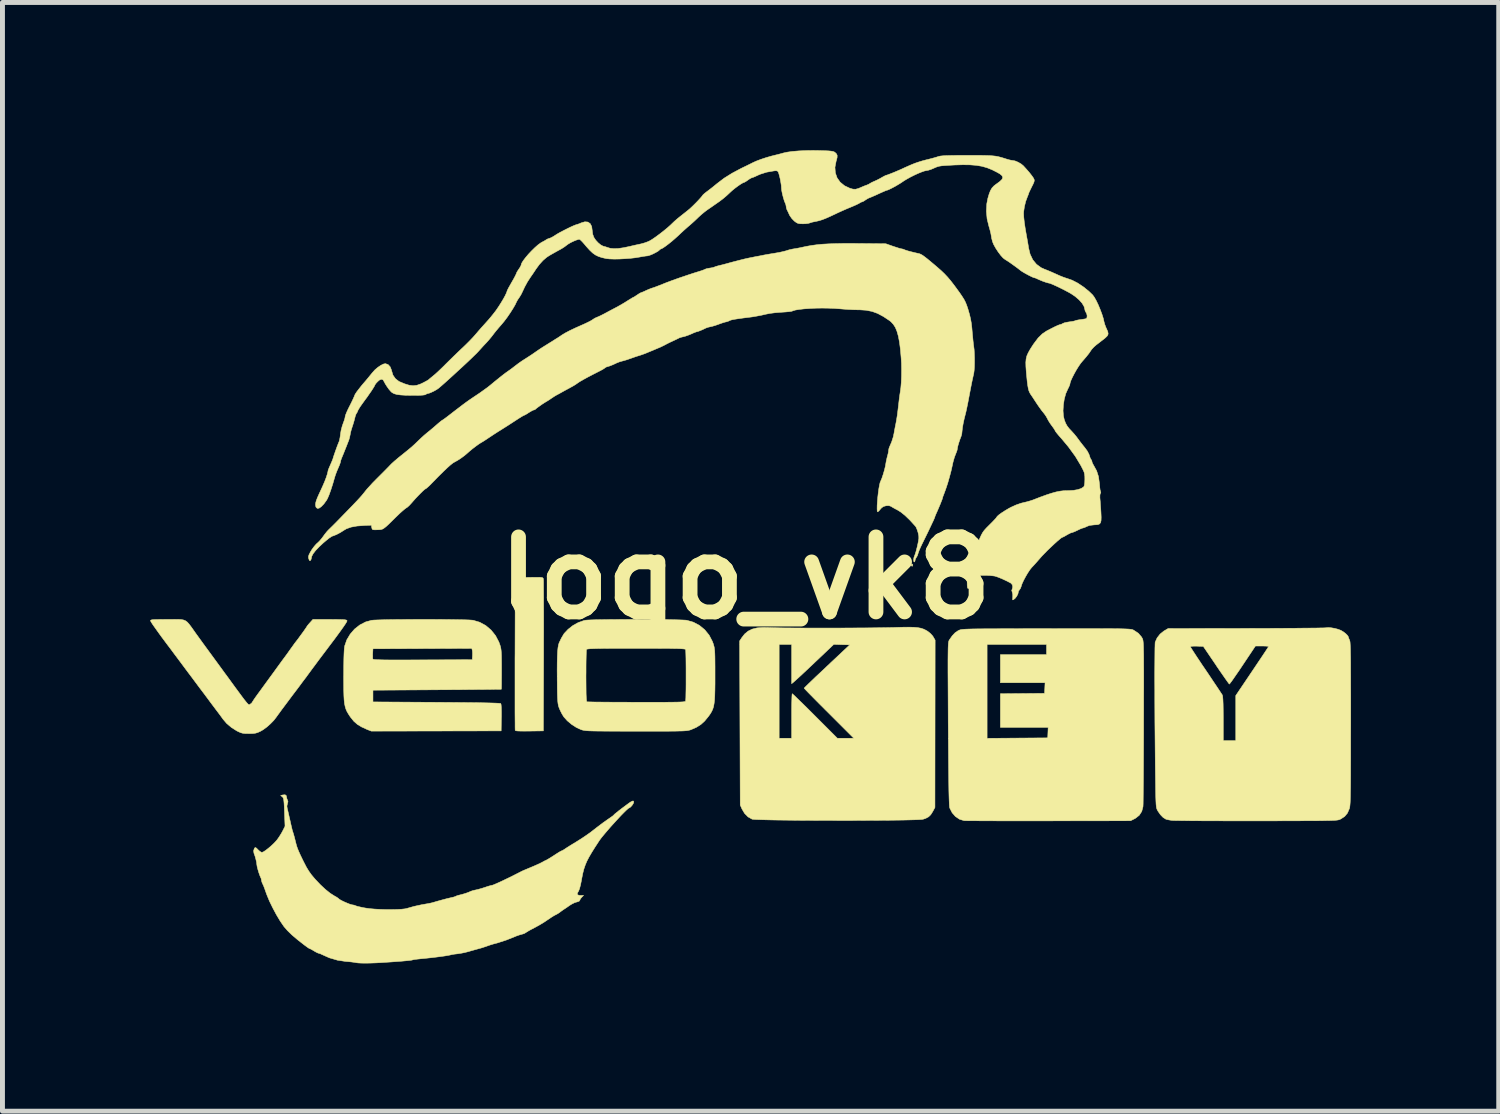
<source format=kicad_pcb>
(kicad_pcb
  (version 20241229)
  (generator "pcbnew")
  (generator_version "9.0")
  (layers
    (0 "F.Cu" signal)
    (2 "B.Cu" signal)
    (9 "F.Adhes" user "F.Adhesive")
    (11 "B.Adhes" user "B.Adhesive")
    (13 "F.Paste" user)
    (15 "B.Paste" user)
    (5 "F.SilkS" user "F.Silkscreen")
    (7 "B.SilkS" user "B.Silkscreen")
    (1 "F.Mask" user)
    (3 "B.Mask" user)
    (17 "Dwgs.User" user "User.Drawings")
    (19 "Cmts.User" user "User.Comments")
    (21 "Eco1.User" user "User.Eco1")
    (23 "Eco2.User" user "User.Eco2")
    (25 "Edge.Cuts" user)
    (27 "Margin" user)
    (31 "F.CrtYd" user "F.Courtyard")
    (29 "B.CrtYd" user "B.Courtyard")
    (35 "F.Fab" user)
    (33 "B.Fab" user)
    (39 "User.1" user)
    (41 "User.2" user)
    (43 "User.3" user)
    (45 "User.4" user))
  (footprint "logo_vk8"
    (layer "F.Cu")
    (at 12.086 8.685)
    (property "Reference" "logo_vk8" (at 0 0 0) (layer "F.SilkS") (effects (font (size 1.524 1.524) (thickness 0.3))))
    (attr through_hole)
    (fp_poly (pts (xy 3.395 -0.273) (xy 3.397 -0.262) (xy 3.389 -0.241) (xy 3.381 -0.238) (xy 3.367 -0.251) (xy 3.365 -0.262) (xy 3.374 -0.283) (xy 3.381 -0.286) (xy 3.395 -0.273)) (stroke (width 0.01) (type solid)) (fill yes) (layer "F.SilkS"))
    (fp_poly (pts (xy -4.169 -0.013) (xy -4.137 -0.01) (xy -4.118 -0.005) (xy -4.109 0.004) (xy -4.105 0.015) (xy -4.104 0.019) (xy -4.102 0.04) (xy -4.101 0.09) (xy -4.101 0.168) (xy -4.1 0.271) (xy -4.099 0.396) (xy -4.099 0.542) (xy -4.098 0.706) (xy -4.098 0.886) (xy -4.098 1.081) (xy -4.099 1.286) (xy -4.099 1.502) (xy -4.099 1.58) (xy -4.104 3.104) (xy -4.386 3.108) (xy -4.493 3.109) (xy -4.571 3.108) (xy -4.626 3.106) (xy -4.658 3.102) (xy -4.674 3.095) (xy -4.676 3.092) (xy -4.677 3.074) (xy -4.678 3.026) (xy -4.678 2.95) (xy -4.679 2.85) (xy -4.68 2.726) (xy -4.68 2.582) (xy -4.68 2.419) (xy -4.68 2.24) (xy -4.68 2.047) (xy -4.68 1.841) (xy -4.68 1.626) (xy -4.679 1.532) (xy -4.675 -0.008) (xy -4.394 -0.012) (xy -4.293 -0.014) (xy -4.22 -0.014) (xy -4.169 -0.013)) (stroke (width 0.01) (type solid)) (fill yes) (layer "F.SilkS"))
    (fp_poly (pts (xy -6.363 0.841) (xy -6.206 0.842) (xy -6.056 0.843) (xy -5.918 0.845) (xy -5.795 0.847) (xy -5.691 0.849) (xy -5.609 0.852) (xy -5.553 0.856) (xy -5.531 0.858) (xy -5.397 0.898) (xy -5.274 0.965) (xy -5.166 1.057) (xy -5.075 1.17) (xy -5.007 1.3) (xy -4.987 1.355) (xy -4.976 1.39) (xy -4.968 1.425) (xy -4.962 1.464) (xy -4.958 1.513) (xy -4.955 1.575) (xy -4.954 1.656) (xy -4.953 1.761) (xy -4.953 1.857) (xy -4.953 1.966) (xy -4.954 2.063) (xy -4.954 2.146) (xy -4.955 2.208) (xy -4.956 2.247) (xy -4.957 2.258) (xy -4.973 2.259) (xy -5.019 2.259) (xy -5.091 2.26) (xy -5.188 2.262) (xy -5.308 2.263) (xy -5.447 2.264) (xy -5.604 2.265) (xy -5.777 2.267) (xy -5.962 2.268) (xy -6.158 2.269) (xy -6.263 2.27) (xy -7.564 2.278) (xy -7.564 2.516) (xy -6.275 2.524) (xy -6.012 2.526) (xy -5.78 2.528) (xy -5.578 2.53) (xy -5.406 2.532) (xy -5.264 2.535) (xy -5.15 2.538) (xy -5.064 2.541) (xy -5.006 2.544) (xy -4.975 2.547) (xy -4.969 2.549) (xy -4.962 2.573) (xy -4.958 2.628) (xy -4.956 2.712) (xy -4.956 2.826) (xy -4.957 2.835) (xy -4.961 3.104) (xy -7.596 3.109) (xy -7.684 3.075) (xy -7.793 3.025) (xy -7.879 2.973) (xy -7.951 2.91) (xy -8.016 2.83) (xy -8.04 2.796) (xy -8.07 2.748) (xy -8.095 2.704) (xy -8.114 2.659) (xy -8.129 2.608) (xy -8.141 2.55) (xy -8.149 2.478) (xy -8.154 2.391) (xy -8.157 2.284) (xy -8.158 2.153) (xy -8.159 1.994) (xy -8.158 1.976) (xy -8.157 1.795) (xy -8.155 1.646) (xy -8.153 1.584) (xy -7.571 1.584) (xy -7.569 1.628) (xy -7.566 1.645) (xy -7.56 1.65) (xy -7.544 1.654) (xy -7.516 1.657) (xy -7.475 1.659) (xy -7.417 1.661) (xy -7.341 1.663) (xy -7.244 1.664) (xy -7.125 1.664) (xy -6.981 1.664) (xy -6.81 1.664) (xy -6.61 1.663) (xy -6.553 1.663) (xy -5.548 1.659) (xy -5.543 1.581) (xy -5.542 1.526) (xy -5.545 1.479) (xy -5.548 1.465) (xy -5.557 1.429) (xy -6.561 1.433) (xy -7.564 1.437) (xy -7.569 1.53) (xy -7.571 1.584) (xy -8.153 1.584) (xy -8.151 1.528) (xy -8.146 1.441) (xy -8.139 1.387) (xy -8.138 1.381) (xy -8.095 1.256) (xy -8.026 1.14) (xy -7.937 1.037) (xy -7.83 0.953) (xy -7.712 0.892) (xy -7.591 0.859) (xy -7.55 0.855) (xy -7.482 0.852) (xy -7.389 0.849) (xy -7.276 0.846) (xy -7.146 0.844) (xy -7.002 0.843) (xy -6.848 0.842) (xy -6.688 0.841) (xy -6.525 0.841) (xy -6.363 0.841)) (stroke (width 0.01) (type solid)) (fill yes) (layer "F.SilkS"))
    (fp_poly (pts (xy 3.422 1.001) (xy 3.499 1.008) (xy 3.562 1.02) (xy 3.616 1.038) (xy 3.665 1.062) (xy 3.7 1.083) (xy 3.756 1.128) (xy 3.801 1.178) (xy 3.814 1.199) (xy 3.85 1.262) (xy 3.846 4.659) (xy 3.801 4.743) (xy 3.761 4.806) (xy 3.717 4.849) (xy 3.659 4.88) (xy 3.606 4.898) (xy 3.577 4.902) (xy 3.519 4.906) (xy 3.435 4.909) (xy 3.326 4.912) (xy 3.197 4.915) (xy 3.049 4.917) (xy 2.884 4.919) (xy 2.707 4.92) (xy 2.518 4.921) (xy 2.321 4.922) (xy 2.118 4.923) (xy 1.913 4.923) (xy 1.706 4.922) (xy 1.502 4.922) (xy 1.303 4.921) (xy 1.11 4.92) (xy 0.928 4.918) (xy 0.758 4.916) (xy 0.602 4.914) (xy 0.465 4.911) (xy 0.348 4.908) (xy 0.253 4.905) (xy 0.184 4.902) (xy 0.143 4.898) (xy 0.133 4.896) (xy 0.051 4.85) (xy -0.019 4.779) (xy -0.071 4.691) (xy -0.107 4.61) (xy -0.113 2.944) (xy -0.119 1.349) (xy 0.683 1.349) (xy 0.683 3.254) (xy 0.937 3.254) (xy 0.937 2.802) (xy 0.937 2.686) (xy 0.938 2.581) (xy 0.94 2.491) (xy 0.942 2.419) (xy 0.945 2.371) (xy 0.948 2.35) (xy 0.949 2.349) (xy 0.962 2.36) (xy 0.996 2.391) (xy 1.046 2.44) (xy 1.112 2.504) (xy 1.191 2.581) (xy 1.28 2.669) (xy 1.376 2.765) (xy 1.413 2.802) (xy 1.865 3.254) (xy 2.199 3.254) (xy 1.695 2.75) (xy 1.591 2.646) (xy 1.494 2.549) (xy 1.406 2.46) (xy 1.331 2.384) (xy 1.269 2.321) (xy 1.224 2.274) (xy 1.197 2.245) (xy 1.191 2.237) (xy 1.202 2.224) (xy 1.234 2.192) (xy 1.284 2.143) (xy 1.35 2.08) (xy 1.429 2.004) (xy 1.52 1.919) (xy 1.619 1.826) (xy 1.654 1.792) (xy 2.117 1.357) (xy 1.955 1.353) (xy 1.792 1.348) (xy 1.419 1.702) (xy 1.326 1.79) (xy 1.238 1.873) (xy 1.158 1.948) (xy 1.09 2.011) (xy 1.036 2.06) (xy 1.001 2.092) (xy 0.991 2.101) (xy 0.937 2.146) (xy 0.937 1.349) (xy 0.683 1.349) (xy -0.119 1.349) (xy -0.119 1.278) (xy -0.077 1.214) (xy -0.017 1.137) (xy 0.053 1.079) (xy 0.136 1.038) (xy 0.235 1.013) (xy 0.356 1.004) (xy 0.5 1.007) (xy 0.557 1.009) (xy 0.642 1.011) (xy 0.752 1.013) (xy 0.883 1.014) (xy 1.033 1.015) (xy 1.198 1.016) (xy 1.374 1.016) (xy 1.557 1.016) (xy 1.746 1.016) (xy 1.936 1.016) (xy 2.123 1.015) (xy 2.305 1.014) (xy 2.478 1.013) (xy 2.639 1.011) (xy 2.784 1.009) (xy 2.909 1.007) (xy 3.012 1.005) (xy 3.064 1.003) (xy 3.209 0.999) (xy 3.327 0.998) (xy 3.422 1.001)) (stroke (width 0.01) (type solid)) (fill yes) (layer "F.SilkS"))
    (fp_poly (pts (xy 7.018 1.028) (xy 7.179 1.028) (xy 7.317 1.029) (xy 7.435 1.029) (xy 7.533 1.03) (xy 7.615 1.031) (xy 7.681 1.033) (xy 7.734 1.035) (xy 7.776 1.037) (xy 7.807 1.04) (xy 7.831 1.043) (xy 7.849 1.046) (xy 7.862 1.05) (xy 7.873 1.055) (xy 7.882 1.06) (xy 7.976 1.122) (xy 8.041 1.198) (xy 8.061 1.234) (xy 8.065 1.246) (xy 8.069 1.261) (xy 8.072 1.282) (xy 8.075 1.311) (xy 8.078 1.349) (xy 8.08 1.399) (xy 8.081 1.461) (xy 8.083 1.539) (xy 8.084 1.633) (xy 8.084 1.746) (xy 8.085 1.88) (xy 8.085 2.036) (xy 8.085 2.216) (xy 8.084 2.423) (xy 8.084 2.657) (xy 8.083 2.922) (xy 8.083 2.929) (xy 8.083 3.156) (xy 8.082 3.375) (xy 8.081 3.584) (xy 8.08 3.781) (xy 8.079 3.963) (xy 8.078 4.129) (xy 8.076 4.275) (xy 8.075 4.4) (xy 8.074 4.502) (xy 8.073 4.579) (xy 8.071 4.627) (xy 8.07 4.644) (xy 8.045 4.739) (xy 7.993 4.819) (xy 7.915 4.88) (xy 7.898 4.889) (xy 7.818 4.929) (xy 6.152 4.931) (xy 5.923 4.931) (xy 5.703 4.931) (xy 5.494 4.931) (xy 5.297 4.931) (xy 5.115 4.931) (xy 4.95 4.93) (xy 4.804 4.93) (xy 4.679 4.929) (xy 4.578 4.929) (xy 4.502 4.928) (xy 4.455 4.927) (xy 4.437 4.926) (xy 4.345 4.898) (xy 4.263 4.843) (xy 4.196 4.767) (xy 4.149 4.675) (xy 4.144 4.658) (xy 4.141 4.635) (xy 4.138 4.59) (xy 4.135 4.522) (xy 4.132 4.43) (xy 4.129 4.312) (xy 4.127 4.169) (xy 4.125 3.999) (xy 4.123 3.801) (xy 4.121 3.574) (xy 4.119 3.317) (xy 4.117 3.03) (xy 4.116 2.952) (xy 4.115 2.687) (xy 4.114 2.452) (xy 4.113 2.246) (xy 4.112 2.065) (xy 4.111 1.909) (xy 4.111 1.776) (xy 4.111 1.663) (xy 4.112 1.568) (xy 4.113 1.491) (xy 4.114 1.429) (xy 4.116 1.38) (xy 4.118 1.349) (xy 4.905 1.349) (xy 4.905 3.255) (xy 6.136 3.246) (xy 6.145 3.032) (xy 5.175 3.032) (xy 5.175 2.35) (xy 5.624 2.346) (xy 6.072 2.342) (xy 6.082 2.127) (xy 5.175 2.127) (xy 5.175 1.556) (xy 6.112 1.556) (xy 6.112 1.349) (xy 4.905 1.349) (xy 4.118 1.349) (xy 4.118 1.342) (xy 4.121 1.314) (xy 4.124 1.294) (xy 4.128 1.28) (xy 4.132 1.269) (xy 4.136 1.261) (xy 4.197 1.174) (xy 4.254 1.113) (xy 4.313 1.072) (xy 4.331 1.063) (xy 4.343 1.058) (xy 4.356 1.053) (xy 4.371 1.049) (xy 4.392 1.046) (xy 4.419 1.043) (xy 4.454 1.04) (xy 4.499 1.038) (xy 4.556 1.036) (xy 4.627 1.034) (xy 4.713 1.033) (xy 4.817 1.032) (xy 4.94 1.031) (xy 5.085 1.031) (xy 5.252 1.03) (xy 5.445 1.03) (xy 5.664 1.029) (xy 5.911 1.029) (xy 6.111 1.029) (xy 6.381 1.028) (xy 6.621 1.028) (xy 6.832 1.028) (xy 7.018 1.028)) (stroke (width 0.01) (type solid)) (fill yes) (layer "F.SilkS"))
    (fp_poly (pts (xy -11.462 0.843) (xy -11.411 0.852) (xy -11.369 0.869) (xy -11.332 0.897) (xy -11.295 0.939) (xy -11.251 0.997) (xy -11.196 1.075) (xy -11.16 1.126) (xy -11.095 1.216) (xy -11.019 1.321) (xy -10.94 1.429) (xy -10.867 1.529) (xy -10.844 1.56) (xy -10.776 1.653) (xy -10.702 1.754) (xy -10.629 1.854) (xy -10.565 1.942) (xy -10.542 1.972) (xy -10.439 2.114) (xy -10.353 2.232) (xy -10.282 2.328) (xy -10.225 2.405) (xy -10.18 2.465) (xy -10.145 2.509) (xy -10.119 2.54) (xy -10.101 2.559) (xy -10.087 2.57) (xy -10.077 2.573) (xy -10.069 2.571) (xy -10.061 2.565) (xy -10.055 2.561) (xy -10.027 2.54) (xy -10.017 2.525) (xy -10.008 2.51) (xy -9.984 2.473) (xy -9.947 2.419) (xy -9.9 2.354) (xy -9.867 2.309) (xy -9.731 2.122) (xy -9.609 1.955) (xy -9.503 1.809) (xy -9.413 1.685) (xy -9.368 1.624) (xy -9.319 1.558) (xy -9.27 1.489) (xy -9.228 1.43) (xy -9.214 1.411) (xy -9.181 1.365) (xy -9.155 1.328) (xy -9.141 1.31) (xy -9.119 1.282) (xy -9.085 1.238) (xy -9.046 1.184) (xy -9.004 1.127) (xy -8.965 1.073) (xy -8.933 1.027) (xy -8.912 0.996) (xy -8.906 0.985) (xy -8.896 0.97) (xy -8.87 0.938) (xy -8.844 0.909) (xy -8.783 0.841) (xy -8.441 0.841) (xy -8.327 0.842) (xy -8.24 0.843) (xy -8.178 0.845) (xy -8.135 0.848) (xy -8.109 0.853) (xy -8.095 0.859) (xy -8.09 0.866) (xy -8.092 0.878) (xy -8.105 0.902) (xy -8.128 0.939) (xy -8.164 0.992) (xy -8.213 1.061) (xy -8.276 1.148) (xy -8.355 1.255) (xy -8.451 1.382) (xy -8.564 1.532) (xy -8.648 1.643) (xy -8.674 1.678) (xy -8.713 1.731) (xy -8.76 1.794) (xy -8.81 1.861) (xy -8.856 1.924) (xy -8.894 1.976) (xy -8.898 1.981) (xy -8.915 2.005) (xy -8.949 2.05) (xy -8.997 2.113) (xy -9.055 2.192) (xy -9.122 2.281) (xy -9.195 2.377) (xy -9.216 2.405) (xy -9.289 2.503) (xy -9.357 2.594) (xy -9.418 2.675) (xy -9.467 2.743) (xy -9.504 2.793) (xy -9.525 2.823) (xy -9.528 2.827) (xy -9.576 2.889) (xy -9.643 2.958) (xy -9.718 3.025) (xy -9.793 3.08) (xy -9.842 3.109) (xy -9.896 3.134) (xy -9.942 3.149) (xy -9.991 3.157) (xy -10.055 3.159) (xy -10.082 3.159) (xy -10.153 3.158) (xy -10.204 3.153) (xy -10.248 3.141) (xy -10.296 3.12) (xy -10.33 3.103) (xy -10.437 3.035) (xy -10.534 2.953) (xy -10.609 2.865) (xy -10.61 2.863) (xy -10.636 2.827) (xy -10.674 2.775) (xy -10.717 2.718) (xy -10.724 2.709) (xy -10.752 2.672) (xy -10.796 2.613) (xy -10.854 2.536) (xy -10.922 2.444) (xy -10.998 2.342) (xy -11.08 2.234) (xy -11.152 2.137) (xy -11.249 2.007) (xy -11.355 1.866) (xy -11.464 1.719) (xy -11.572 1.575) (xy -11.673 1.439) (xy -11.763 1.32) (xy -11.791 1.282) (xy -11.864 1.184) (xy -11.929 1.094) (xy -11.986 1.014) (xy -12.032 0.949) (xy -12.064 0.9) (xy -12.079 0.872) (xy -12.081 0.868) (xy -12.078 0.859) (xy -12.068 0.853) (xy -12.047 0.848) (xy -12.01 0.845) (xy -11.954 0.843) (xy -11.876 0.842) (xy -11.771 0.841) (xy -11.731 0.841) (xy -11.617 0.841) (xy -11.529 0.84) (xy -11.462 0.843)) (stroke (width 0.01) (type solid)) (fill yes) (layer "F.SilkS"))
    (fp_poly (pts (xy -2.033 0.842) (xy -1.875 0.842) (xy -1.725 0.844) (xy -1.586 0.845) (xy -1.462 0.847) (xy -1.356 0.85) (xy -1.273 0.853) (xy -1.215 0.856) (xy -1.192 0.859) (xy -1.059 0.897) (xy -0.936 0.962) (xy -0.828 1.051) (xy -0.739 1.16) (xy -0.673 1.286) (xy -0.653 1.34) (xy -0.644 1.372) (xy -0.636 1.403) (xy -0.631 1.437) (xy -0.626 1.479) (xy -0.623 1.532) (xy -0.621 1.599) (xy -0.62 1.686) (xy -0.619 1.795) (xy -0.619 1.931) (xy -0.619 1.982) (xy -0.619 2.144) (xy -0.621 2.279) (xy -0.624 2.389) (xy -0.629 2.479) (xy -0.638 2.552) (xy -0.649 2.612) (xy -0.665 2.663) (xy -0.686 2.709) (xy -0.712 2.753) (xy -0.744 2.799) (xy -0.753 2.811) (xy -0.829 2.904) (xy -0.907 2.975) (xy -0.998 3.032) (xy -1.108 3.08) (xy -1.126 3.086) (xy -1.145 3.091) (xy -1.167 3.096) (xy -1.195 3.1) (xy -1.232 3.103) (xy -1.28 3.106) (xy -1.341 3.107) (xy -1.418 3.109) (xy -1.513 3.11) (xy -1.629 3.111) (xy -1.769 3.111) (xy -1.934 3.111) (xy -2.127 3.111) (xy -2.219 3.111) (xy -2.425 3.111) (xy -2.602 3.11) (xy -2.752 3.11) (xy -2.878 3.109) (xy -2.982 3.108) (xy -3.067 3.107) (xy -3.135 3.105) (xy -3.189 3.103) (xy -3.231 3.1) (xy -3.263 3.096) (xy -3.289 3.092) (xy -3.311 3.087) (xy -3.331 3.081) (xy -3.342 3.077) (xy -3.437 3.033) (xy -3.531 2.972) (xy -3.618 2.899) (xy -3.688 2.821) (xy -3.726 2.76) (xy -3.751 2.711) (xy -3.771 2.669) (xy -3.786 2.632) (xy -3.798 2.595) (xy -3.806 2.553) (xy -3.812 2.502) (xy -3.816 2.439) (xy -3.819 2.358) (xy -3.821 2.256) (xy -3.822 2.128) (xy -3.823 2.061) (xy -3.823 1.992) (xy -3.239 1.992) (xy -3.238 2.141) (xy -3.237 2.261) (xy -3.236 2.354) (xy -3.233 2.423) (xy -3.23 2.471) (xy -3.226 2.5) (xy -3.22 2.513) (xy -3.219 2.514) (xy -3.2 2.515) (xy -3.152 2.516) (xy -3.077 2.518) (xy -2.98 2.519) (xy -2.862 2.52) (xy -2.725 2.521) (xy -2.574 2.522) (xy -2.41 2.522) (xy -2.237 2.523) (xy -2.212 2.523) (xy -2.009 2.523) (xy -1.836 2.523) (xy -1.69 2.523) (xy -1.569 2.522) (xy -1.47 2.521) (xy -1.391 2.52) (xy -1.331 2.518) (xy -1.286 2.516) (xy -1.254 2.513) (xy -1.234 2.509) (xy -1.222 2.505) (xy -1.217 2.5) (xy -1.216 2.499) (xy -1.214 2.477) (xy -1.211 2.427) (xy -1.21 2.355) (xy -1.208 2.266) (xy -1.207 2.164) (xy -1.207 2.054) (xy -1.207 1.941) (xy -1.207 1.829) (xy -1.208 1.724) (xy -1.209 1.629) (xy -1.211 1.55) (xy -1.213 1.492) (xy -1.215 1.459) (xy -1.216 1.454) (xy -1.221 1.449) (xy -1.231 1.444) (xy -1.25 1.441) (xy -1.279 1.438) (xy -1.322 1.435) (xy -1.38 1.433) (xy -1.455 1.432) (xy -1.55 1.43) (xy -1.667 1.43) (xy -1.809 1.429) (xy -1.977 1.429) (xy -2.174 1.429) (xy -2.223 1.429) (xy -2.426 1.429) (xy -2.601 1.429) (xy -2.748 1.429) (xy -2.871 1.43) (xy -2.971 1.431) (xy -3.05 1.433) (xy -3.111 1.435) (xy -3.157 1.437) (xy -3.189 1.44) (xy -3.211 1.443) (xy -3.223 1.448) (xy -3.228 1.453) (xy -3.229 1.454) (xy -3.231 1.475) (xy -3.233 1.525) (xy -3.235 1.598) (xy -3.237 1.691) (xy -3.238 1.799) (xy -3.238 1.92) (xy -3.239 1.992) (xy -3.823 1.992) (xy -3.824 1.878) (xy -3.823 1.723) (xy -3.82 1.596) (xy -3.815 1.493) (xy -3.807 1.414) (xy -3.796 1.354) (xy -3.783 1.313) (xy -3.779 1.305) (xy -3.763 1.273) (xy -3.742 1.228) (xy -3.738 1.22) (xy -3.683 1.128) (xy -3.602 1.042) (xy -3.504 0.965) (xy -3.396 0.905) (xy -3.284 0.865) (xy -3.247 0.857) (xy -3.21 0.854) (xy -3.144 0.851) (xy -3.053 0.848) (xy -2.942 0.846) (xy -2.813 0.844) (xy -2.67 0.843) (xy -2.517 0.842) (xy -2.358 0.841) (xy -2.195 0.841) (xy -2.033 0.842)) (stroke (width 0.01) (type solid)) (fill yes) (layer "F.SilkS"))
    (fp_poly (pts (xy 11.892 1.011) (xy 11.962 1.023) (xy 12.03 1.041) (xy 12.085 1.062) (xy 12.088 1.063) (xy 12.138 1.093) (xy 12.185 1.129) (xy 12.221 1.165) (xy 12.239 1.193) (xy 12.24 1.198) (xy 12.247 1.222) (xy 12.263 1.259) (xy 12.264 1.261) (xy 12.268 1.271) (xy 12.272 1.288) (xy 12.275 1.312) (xy 12.277 1.346) (xy 12.28 1.391) (xy 12.282 1.449) (xy 12.283 1.523) (xy 12.285 1.613) (xy 12.286 1.721) (xy 12.286 1.851) (xy 12.287 2.002) (xy 12.287 2.177) (xy 12.288 2.378) (xy 12.288 2.607) (xy 12.288 2.865) (xy 12.288 2.951) (xy 12.287 3.218) (xy 12.287 3.454) (xy 12.287 3.663) (xy 12.286 3.846) (xy 12.286 4.004) (xy 12.285 4.14) (xy 12.284 4.256) (xy 12.282 4.353) (xy 12.281 4.433) (xy 12.279 4.499) (xy 12.277 4.551) (xy 12.274 4.593) (xy 12.271 4.625) (xy 12.268 4.65) (xy 12.264 4.669) (xy 12.26 4.683) (xy 12.221 4.774) (xy 12.164 4.842) (xy 12.084 4.894) (xy 12.081 4.895) (xy 12.069 4.901) (xy 12.057 4.906) (xy 12.042 4.91) (xy 12.023 4.914) (xy 11.998 4.917) (xy 11.965 4.92) (xy 11.922 4.922) (xy 11.867 4.924) (xy 11.798 4.925) (xy 11.714 4.927) (xy 11.612 4.928) (xy 11.491 4.929) (xy 11.349 4.929) (xy 11.184 4.93) (xy 10.993 4.93) (xy 10.776 4.931) (xy 10.53 4.931) (xy 10.374 4.931) (xy 10.147 4.931) (xy 9.928 4.931) (xy 9.718 4.931) (xy 9.521 4.93) (xy 9.338 4.93) (xy 9.172 4.929) (xy 9.024 4.928) (xy 8.898 4.926) (xy 8.795 4.925) (xy 8.718 4.924) (xy 8.669 4.922) (xy 8.652 4.921) (xy 8.597 4.912) (xy 8.551 4.902) (xy 8.533 4.896) (xy 8.48 4.863) (xy 8.425 4.807) (xy 8.377 4.738) (xy 8.373 4.732) (xy 8.361 4.71) (xy 8.352 4.69) (xy 8.345 4.666) (xy 8.34 4.634) (xy 8.336 4.592) (xy 8.333 4.534) (xy 8.33 4.456) (xy 8.328 4.356) (xy 8.326 4.228) (xy 8.326 4.208) (xy 8.323 4) (xy 8.32 3.785) (xy 8.318 3.565) (xy 8.316 3.343) (xy 8.314 3.121) (xy 8.312 2.901) (xy 8.311 2.686) (xy 8.31 2.477) (xy 8.31 2.278) (xy 8.309 2.091) (xy 8.309 1.918) (xy 8.31 1.761) (xy 8.311 1.624) (xy 8.312 1.507) (xy 8.313 1.414) (xy 8.314 1.396) (xy 9.033 1.396) (xy 9.041 1.412) (xy 9.066 1.452) (xy 9.104 1.511) (xy 9.154 1.588) (xy 9.214 1.678) (xy 9.282 1.78) (xy 9.349 1.878) (xy 9.423 1.988) (xy 9.491 2.09) (xy 9.553 2.182) (xy 9.605 2.26) (xy 9.645 2.321) (xy 9.672 2.361) (xy 9.682 2.378) (xy 9.688 2.407) (xy 9.693 2.467) (xy 9.697 2.559) (xy 9.699 2.682) (xy 9.7 2.838) (xy 9.7 2.856) (xy 9.7 3.302) (xy 9.954 3.302) (xy 9.954 2.387) (xy 10.287 1.893) (xy 10.362 1.781) (xy 10.431 1.678) (xy 10.493 1.586) (xy 10.544 1.509) (xy 10.584 1.448) (xy 10.61 1.408) (xy 10.62 1.39) (xy 10.62 1.39) (xy 10.606 1.386) (xy 10.567 1.383) (xy 10.51 1.381) (xy 10.487 1.381) (xy 10.353 1.381) (xy 10.094 1.769) (xy 10.028 1.868) (xy 9.967 1.956) (xy 9.914 2.033) (xy 9.872 2.093) (xy 9.841 2.134) (xy 9.825 2.153) (xy 9.823 2.154) (xy 9.812 2.141) (xy 9.785 2.104) (xy 9.745 2.048) (xy 9.695 1.976) (xy 9.635 1.89) (xy 9.57 1.795) (xy 9.554 1.77) (xy 9.295 1.389) (xy 9.164 1.384) (xy 9.097 1.384) (xy 9.052 1.387) (xy 9.033 1.394) (xy 9.033 1.396) (xy 8.314 1.396) (xy 8.315 1.347) (xy 8.317 1.308) (xy 8.319 1.3) (xy 8.357 1.216) (xy 8.418 1.138) (xy 8.495 1.076) (xy 8.504 1.071) (xy 8.58 1.026) (xy 10.168 1.024) (xy 10.39 1.023) (xy 10.604 1.023) (xy 10.807 1.022) (xy 10.997 1.021) (xy 11.172 1.02) (xy 11.33 1.018) (xy 11.468 1.017) (xy 11.584 1.016) (xy 11.677 1.014) (xy 11.743 1.013) (xy 11.781 1.011) (xy 11.79 1.01) (xy 11.831 1.006) (xy 11.892 1.011)) (stroke (width 0.01) (type solid)) (fill yes) (layer "F.SilkS"))
    (fp_poly (pts (xy -9.323 4.42) (xy -9.319 4.446) (xy -9.31 4.485) (xy -9.3 4.508) (xy -9.289 4.54) (xy -9.299 4.578) (xy -9.3 4.58) (xy -9.311 4.631) (xy -9.304 4.68) (xy -9.294 4.719) (xy -9.28 4.78) (xy -9.263 4.855) (xy -9.246 4.929) (xy -9.229 5.006) (xy -9.213 5.073) (xy -9.201 5.124) (xy -9.192 5.151) (xy -9.178 5.195) (xy -9.158 5.266) (xy -9.135 5.358) (xy -9.127 5.39) (xy -9.114 5.438) (xy -9.097 5.488) (xy -9.073 5.547) (xy -9.041 5.618) (xy -8.997 5.71) (xy -8.965 5.774) (xy -8.914 5.873) (xy -8.865 5.953) (xy -8.813 6.026) (xy -8.749 6.102) (xy -8.737 6.116) (xy -8.632 6.227) (xy -8.529 6.323) (xy -8.433 6.4) (xy -8.347 6.455) (xy -8.339 6.459) (xy -8.297 6.483) (xy -8.268 6.504) (xy -8.262 6.51) (xy -8.241 6.527) (xy -8.2 6.55) (xy -8.146 6.576) (xy -8.088 6.601) (xy -8.035 6.622) (xy -7.995 6.634) (xy -7.983 6.636) (xy -7.943 6.643) (xy -7.917 6.654) (xy -7.888 6.664) (xy -7.835 6.677) (xy -7.768 6.692) (xy -7.716 6.701) (xy -7.632 6.713) (xy -7.53 6.722) (xy -7.418 6.728) (xy -7.301 6.732) (xy -7.186 6.732) (xy -7.078 6.73) (xy -6.985 6.725) (xy -6.913 6.717) (xy -6.874 6.708) (xy -6.728 6.667) (xy -6.577 6.634) (xy -6.509 6.622) (xy -6.445 6.611) (xy -6.385 6.599) (xy -6.35 6.59) (xy -6.254 6.562) (xy -6.156 6.535) (xy -6.066 6.511) (xy -5.994 6.494) (xy -5.977 6.49) (xy -5.928 6.479) (xy -5.892 6.467) (xy -5.882 6.462) (xy -5.856 6.45) (xy -5.815 6.439) (xy -5.81 6.438) (xy -5.751 6.423) (xy -5.684 6.403) (xy -5.622 6.381) (xy -5.582 6.363) (xy -5.549 6.351) (xy -5.5 6.338) (xy -5.479 6.334) (xy -5.427 6.322) (xy -5.359 6.303) (xy -5.29 6.281) (xy -5.287 6.28) (xy -5.228 6.26) (xy -5.178 6.246) (xy -5.147 6.239) (xy -5.144 6.239) (xy -5.122 6.232) (xy -5.077 6.213) (xy -5.013 6.185) (xy -4.935 6.149) (xy -4.848 6.107) (xy -4.756 6.063) (xy -4.666 6.017) (xy -4.581 5.974) (xy -4.556 5.961) (xy -4.519 5.943) (xy -4.467 5.921) (xy -4.429 5.905) (xy -4.359 5.876) (xy -4.286 5.845) (xy -4.216 5.814) (xy -4.159 5.787) (xy -4.12 5.767) (xy -4.112 5.762) (xy -4.079 5.744) (xy -4.048 5.73) (xy -4.018 5.714) (xy -3.97 5.685) (xy -3.911 5.648) (xy -3.879 5.627) (xy -3.822 5.59) (xy -3.775 5.561) (xy -3.743 5.544) (xy -3.735 5.54) (xy -3.714 5.532) (xy -3.678 5.51) (xy -3.658 5.496) (xy -3.62 5.471) (xy -3.563 5.435) (xy -3.493 5.392) (xy -3.419 5.347) (xy -3.413 5.343) (xy -3.327 5.289) (xy -3.235 5.227) (xy -3.147 5.165) (xy -3.088 5.119) (xy -3.02 5.066) (xy -2.95 5.013) (xy -2.889 4.967) (xy -2.857 4.945) (xy -2.804 4.907) (xy -2.753 4.872) (xy -2.723 4.851) (xy -2.69 4.827) (xy -2.671 4.809) (xy -2.67 4.807) (xy -2.656 4.793) (xy -2.621 4.765) (xy -2.573 4.726) (xy -2.517 4.683) (xy -2.458 4.639) (xy -2.403 4.598) (xy -2.358 4.565) (xy -2.327 4.545) (xy -2.323 4.543) (xy -2.289 4.527) (xy -2.273 4.53) (xy -2.27 4.553) (xy -2.27 4.554) (xy -2.28 4.582) (xy -2.304 4.618) (xy -2.333 4.65) (xy -2.358 4.667) (xy -2.361 4.667) (xy -2.381 4.679) (xy -2.417 4.711) (xy -2.467 4.76) (xy -2.528 4.822) (xy -2.595 4.894) (xy -2.666 4.972) (xy -2.738 5.051) (xy -2.806 5.13) (xy -2.868 5.203) (xy -2.921 5.267) (xy -2.96 5.319) (xy -2.97 5.334) (xy -3.055 5.464) (xy -3.123 5.573) (xy -3.178 5.667) (xy -3.221 5.75) (xy -3.254 5.829) (xy -3.281 5.908) (xy -3.303 5.993) (xy -3.322 6.088) (xy -3.333 6.15) (xy -3.351 6.238) (xy -3.37 6.308) (xy -3.388 6.355) (xy -3.394 6.364) (xy -3.416 6.405) (xy -3.41 6.431) (xy -3.376 6.444) (xy -3.349 6.445) (xy -3.288 6.445) (xy -3.327 6.484) (xy -3.353 6.517) (xy -3.365 6.544) (xy -3.365 6.546) (xy -3.38 6.564) (xy -3.42 6.577) (xy -3.425 6.578) (xy -3.47 6.592) (xy -3.526 6.62) (xy -3.57 6.647) (xy -3.618 6.681) (xy -3.659 6.709) (xy -3.681 6.723) (xy -3.709 6.742) (xy -3.75 6.771) (xy -3.764 6.782) (xy -3.808 6.813) (xy -3.85 6.836) (xy -3.859 6.84) (xy -3.889 6.856) (xy -3.936 6.885) (xy -3.992 6.923) (xy -4.016 6.939) (xy -4.086 6.986) (xy -4.17 7.037) (xy -4.254 7.084) (xy -4.286 7.101) (xy -4.351 7.135) (xy -4.407 7.166) (xy -4.447 7.19) (xy -4.462 7.201) (xy -4.494 7.219) (xy -4.539 7.233) (xy -4.541 7.233) (xy -4.59 7.247) (xy -4.648 7.267) (xy -4.667 7.275) (xy -4.857 7.351) (xy -5.039 7.41) (xy -5.112 7.429) (xy -5.162 7.444) (xy -5.221 7.463) (xy -5.239 7.47) (xy -5.294 7.489) (xy -5.362 7.511) (xy -5.413 7.525) (xy -5.485 7.545) (xy -5.567 7.568) (xy -5.633 7.587) (xy -5.707 7.606) (xy -5.786 7.621) (xy -5.847 7.63) (xy -5.909 7.637) (xy -5.966 7.647) (xy -5.995 7.654) (xy -6.034 7.662) (xy -6.099 7.673) (xy -6.184 7.685) (xy -6.285 7.698) (xy -6.395 7.711) (xy -6.51 7.723) (xy -6.592 7.731) (xy -6.66 7.738) (xy -6.716 7.745) (xy -6.753 7.752) (xy -6.762 7.755) (xy -6.784 7.76) (xy -6.833 7.766) (xy -6.903 7.773) (xy -6.991 7.781) (xy -7.09 7.788) (xy -7.197 7.796) (xy -7.307 7.803) (xy -7.414 7.81) (xy -7.513 7.815) (xy -7.6 7.818) (xy -7.636 7.819) (xy -7.72 7.82) (xy -7.798 7.819) (xy -7.862 7.816) (xy -7.902 7.811) (xy -7.906 7.81) (xy -7.946 7.803) (xy -8.007 7.795) (xy -8.08 7.788) (xy -8.12 7.785) (xy -8.284 7.76) (xy -8.451 7.711) (xy -8.596 7.646) (xy -8.635 7.628) (xy -8.662 7.62) (xy -8.664 7.62) (xy -8.687 7.612) (xy -8.727 7.592) (xy -8.761 7.572) (xy -8.804 7.546) (xy -8.837 7.529) (xy -8.849 7.525) (xy -8.867 7.516) (xy -8.902 7.492) (xy -8.948 7.458) (xy -8.959 7.45) (xy -9.097 7.342) (xy -9.21 7.246) (xy -9.299 7.159) (xy -9.367 7.081) (xy -9.376 7.069) (xy -9.449 6.962) (xy -9.525 6.835) (xy -9.598 6.698) (xy -9.665 6.561) (xy -9.718 6.433) (xy -9.739 6.375) (xy -9.761 6.312) (xy -9.783 6.254) (xy -9.801 6.215) (xy -9.801 6.215) (xy -9.819 6.174) (xy -9.827 6.14) (xy -9.827 6.139) (xy -9.834 6.101) (xy -9.842 6.084) (xy -9.86 6.042) (xy -9.881 5.983) (xy -9.9 5.919) (xy -9.915 5.86) (xy -9.922 5.818) (xy -9.922 5.814) (xy -9.927 5.773) (xy -9.94 5.715) (xy -9.957 5.652) (xy -9.976 5.598) (xy -9.98 5.588) (xy -9.987 5.54) (xy -9.973 5.492) (xy -9.965 5.48) (xy -9.95 5.472) (xy -9.929 5.484) (xy -9.898 5.516) (xy -9.862 5.549) (xy -9.829 5.569) (xy -9.817 5.571) (xy -9.788 5.56) (xy -9.743 5.531) (xy -9.689 5.489) (xy -9.63 5.439) (xy -9.574 5.386) (xy -9.526 5.335) (xy -9.505 5.309) (xy -9.464 5.25) (xy -9.421 5.18) (xy -9.397 5.136) (xy -9.349 5.04) (xy -9.36 4.755) (xy -9.364 4.653) (xy -9.368 4.577) (xy -9.373 4.524) (xy -9.378 4.489) (xy -9.386 4.466) (xy -9.395 4.451) (xy -9.404 4.443) (xy -9.438 4.416) (xy -9.395 4.405) (xy -9.348 4.401) (xy -9.323 4.42)) (stroke (width 0.01) (type solid)) (fill yes) (layer "F.SilkS"))
    (fp_poly (pts (xy 2.315 -6.791) (xy 2.85 -6.786) (xy 2.997 -6.734) (xy 3.062 -6.713) (xy 3.118 -6.695) (xy 3.156 -6.685) (xy 3.168 -6.683) (xy 3.201 -6.676) (xy 3.219 -6.668) (xy 3.25 -6.656) (xy 3.303 -6.639) (xy 3.372 -6.621) (xy 3.446 -6.603) (xy 3.513 -6.588) (xy 3.537 -6.582) (xy 3.563 -6.57) (xy 3.595 -6.552) (xy 3.635 -6.523) (xy 3.688 -6.482) (xy 3.756 -6.426) (xy 3.843 -6.353) (xy 3.892 -6.311) (xy 3.972 -6.241) (xy 4.04 -6.176) (xy 4.103 -6.109) (xy 4.167 -6.033) (xy 4.239 -5.94) (xy 4.275 -5.891) (xy 4.343 -5.798) (xy 4.395 -5.722) (xy 4.435 -5.659) (xy 4.465 -5.601) (xy 4.489 -5.542) (xy 4.512 -5.475) (xy 4.521 -5.445) (xy 4.55 -5.344) (xy 4.57 -5.258) (xy 4.585 -5.173) (xy 4.596 -5.078) (xy 4.604 -4.984) (xy 4.612 -4.898) (xy 4.62 -4.815) (xy 4.628 -4.744) (xy 4.634 -4.699) (xy 4.642 -4.637) (xy 4.646 -4.556) (xy 4.649 -4.465) (xy 4.649 -4.371) (xy 4.647 -4.284) (xy 4.642 -4.21) (xy 4.635 -4.158) (xy 4.634 -4.151) (xy 4.623 -4.104) (xy 4.607 -4.032) (xy 4.588 -3.941) (xy 4.568 -3.837) (xy 4.547 -3.728) (xy 4.54 -3.691) (xy 4.516 -3.565) (xy 4.494 -3.457) (xy 4.476 -3.373) (xy 4.464 -3.326) (xy 4.439 -3.227) (xy 4.419 -3.134) (xy 4.405 -3.053) (xy 4.398 -2.993) (xy 4.397 -2.981) (xy 4.391 -2.924) (xy 4.376 -2.871) (xy 4.375 -2.87) (xy 4.351 -2.807) (xy 4.329 -2.741) (xy 4.312 -2.682) (xy 4.303 -2.639) (xy 4.302 -2.63) (xy 4.296 -2.595) (xy 4.281 -2.552) (xy 4.28 -2.55) (xy 4.243 -2.456) (xy 4.214 -2.355) (xy 4.199 -2.286) (xy 4.174 -2.174) (xy 4.141 -2.05) (xy 4.105 -1.924) (xy 4.066 -1.807) (xy 4.03 -1.709) (xy 4.022 -1.688) (xy 4.007 -1.65) (xy 4.001 -1.625) (xy 4 -1.624) (xy 3.995 -1.604) (xy 3.978 -1.561) (xy 3.955 -1.502) (xy 3.926 -1.433) (xy 3.895 -1.361) (xy 3.864 -1.292) (xy 3.864 -1.291) (xy 3.849 -1.255) (xy 3.842 -1.232) (xy 3.842 -1.231) (xy 3.835 -1.214) (xy 3.817 -1.172) (xy 3.788 -1.111) (xy 3.752 -1.035) (xy 3.711 -0.948) (xy 3.666 -0.856) (xy 3.62 -0.762) (xy 3.581 -0.683) (xy 3.55 -0.617) (xy 3.524 -0.556) (xy 3.507 -0.509) (xy 3.503 -0.495) (xy 3.489 -0.451) (xy 3.469 -0.419) (xy 3.469 -0.419) (xy 3.449 -0.385) (xy 3.445 -0.365) (xy 3.437 -0.335) (xy 3.429 -0.325) (xy 3.418 -0.332) (xy 3.413 -0.363) (xy 3.413 -0.364) (xy 3.418 -0.409) (xy 3.428 -0.441) (xy 3.443 -0.479) (xy 3.462 -0.54) (xy 3.482 -0.616) (xy 3.501 -0.7) (xy 3.509 -0.74) (xy 3.519 -0.803) (xy 3.518 -0.854) (xy 3.506 -0.911) (xy 3.501 -0.931) (xy 3.483 -0.985) (xy 3.465 -1.028) (xy 3.453 -1.048) (xy 3.34 -1.172) (xy 3.24 -1.269) (xy 3.151 -1.34) (xy 3.085 -1.381) (xy 3.029 -1.41) (xy 2.982 -1.437) (xy 2.953 -1.455) (xy 2.951 -1.456) (xy 2.912 -1.469) (xy 2.856 -1.467) (xy 2.804 -1.453) (xy 2.764 -1.426) (xy 2.738 -1.397) (xy 2.709 -1.363) (xy 2.687 -1.344) (xy 2.682 -1.343) (xy 2.674 -1.363) (xy 2.672 -1.408) (xy 2.673 -1.473) (xy 2.678 -1.552) (xy 2.685 -1.637) (xy 2.695 -1.724) (xy 2.706 -1.807) (xy 2.719 -1.878) (xy 2.731 -1.933) (xy 2.742 -1.961) (xy 2.768 -2.022) (xy 2.795 -2.102) (xy 2.82 -2.188) (xy 2.839 -2.266) (xy 2.844 -2.294) (xy 2.856 -2.364) (xy 2.872 -2.437) (xy 2.881 -2.471) (xy 2.895 -2.525) (xy 2.904 -2.572) (xy 2.905 -2.59) (xy 2.913 -2.633) (xy 2.926 -2.667) (xy 2.967 -2.762) (xy 3 -2.865) (xy 3.016 -2.941) (xy 3.026 -2.999) (xy 3.04 -3.072) (xy 3.055 -3.146) (xy 3.056 -3.151) (xy 3.068 -3.219) (xy 3.082 -3.306) (xy 3.094 -3.402) (xy 3.104 -3.485) (xy 3.114 -3.572) (xy 3.124 -3.656) (xy 3.134 -3.728) (xy 3.142 -3.778) (xy 3.154 -3.865) (xy 3.163 -3.974) (xy 3.168 -4.099) (xy 3.169 -4.23) (xy 3.167 -4.359) (xy 3.16 -4.469) (xy 3.145 -4.643) (xy 3.126 -4.789) (xy 3.103 -4.91) (xy 3.075 -5.008) (xy 3.042 -5.088) (xy 3.001 -5.151) (xy 2.953 -5.203) (xy 2.925 -5.225) (xy 2.799 -5.309) (xy 2.683 -5.371) (xy 2.57 -5.412) (xy 2.45 -5.436) (xy 2.315 -5.445) (xy 2.279 -5.445) (xy 2.194 -5.447) (xy 2.092 -5.452) (xy 1.989 -5.459) (xy 1.929 -5.464) (xy 1.813 -5.473) (xy 1.687 -5.478) (xy 1.557 -5.48) (xy 1.428 -5.478) (xy 1.304 -5.472) (xy 1.19 -5.464) (xy 1.091 -5.453) (xy 1.013 -5.44) (xy 0.96 -5.424) (xy 0.947 -5.418) (xy 0.925 -5.413) (xy 0.878 -5.407) (xy 0.812 -5.401) (xy 0.735 -5.396) (xy 0.722 -5.395) (xy 0.605 -5.386) (xy 0.495 -5.372) (xy 0.404 -5.354) (xy 0.389 -5.35) (xy 0.318 -5.334) (xy 0.228 -5.317) (xy 0.135 -5.301) (xy 0.079 -5.294) (xy -0.048 -5.278) (xy -0.147 -5.264) (xy -0.22 -5.253) (xy -0.272 -5.243) (xy -0.305 -5.234) (xy -0.322 -5.226) (xy -0.323 -5.226) (xy -0.35 -5.213) (xy -0.392 -5.2) (xy -0.397 -5.2) (xy -0.442 -5.188) (xy -0.502 -5.168) (xy -0.548 -5.151) (xy -0.61 -5.129) (xy -0.671 -5.111) (xy -0.706 -5.103) (xy -0.759 -5.091) (xy -0.804 -5.075) (xy -0.81 -5.072) (xy -0.868 -5.044) (xy -0.923 -5.021) (xy -0.966 -5.005) (xy -0.986 -5.001) (xy -1.008 -4.994) (xy -1.05 -4.978) (xy -1.101 -4.955) (xy -1.162 -4.93) (xy -1.222 -4.909) (xy -1.26 -4.899) (xy -1.307 -4.888) (xy -1.343 -4.876) (xy -1.347 -4.874) (xy -1.374 -4.86) (xy -1.42 -4.838) (xy -1.475 -4.812) (xy -1.476 -4.812) (xy -1.538 -4.783) (xy -1.596 -4.754) (xy -1.635 -4.733) (xy -1.665 -4.718) (xy -1.695 -4.703) (xy -1.733 -4.685) (xy -1.786 -4.663) (xy -1.859 -4.632) (xy -1.889 -4.619) (xy -1.946 -4.596) (xy -1.999 -4.574) (xy -2.024 -4.563) (xy -2.067 -4.547) (xy -2.124 -4.527) (xy -2.159 -4.516) (xy -2.223 -4.496) (xy -2.297 -4.47) (xy -2.349 -4.452) (xy -2.412 -4.43) (xy -2.47 -4.413) (xy -2.508 -4.403) (xy -2.554 -4.39) (xy -2.612 -4.368) (xy -2.651 -4.349) (xy -2.708 -4.324) (xy -2.762 -4.303) (xy -2.79 -4.295) (xy -2.828 -4.283) (xy -2.85 -4.269) (xy -2.851 -4.269) (xy -2.869 -4.254) (xy -2.907 -4.231) (xy -2.95 -4.208) (xy -3.091 -4.136) (xy -3.208 -4.075) (xy -3.301 -4.024) (xy -3.368 -3.985) (xy -3.404 -3.961) (xy -3.451 -3.928) (xy -3.507 -3.894) (xy -3.526 -3.884) (xy -3.578 -3.855) (xy -3.643 -3.82) (xy -3.691 -3.794) (xy -3.748 -3.762) (xy -3.801 -3.733) (xy -3.835 -3.715) (xy -3.881 -3.688) (xy -3.93 -3.655) (xy -3.937 -3.651) (xy -3.983 -3.619) (xy -4.028 -3.591) (xy -4.034 -3.588) (xy -4.075 -3.563) (xy -4.125 -3.531) (xy -4.176 -3.495) (xy -4.222 -3.462) (xy -4.254 -3.437) (xy -4.263 -3.427) (xy -4.285 -3.414) (xy -4.294 -3.413) (xy -4.318 -3.405) (xy -4.358 -3.383) (xy -4.4 -3.358) (xy -4.445 -3.329) (xy -4.481 -3.309) (xy -4.498 -3.302) (xy -4.515 -3.294) (xy -4.554 -3.271) (xy -4.607 -3.238) (xy -4.665 -3.2) (xy -4.745 -3.148) (xy -4.833 -3.091) (xy -4.917 -3.038) (xy -4.955 -3.014) (xy -5.032 -2.966) (xy -5.114 -2.913) (xy -5.189 -2.863) (xy -5.209 -2.85) (xy -5.267 -2.811) (xy -5.32 -2.777) (xy -5.358 -2.754) (xy -5.366 -2.75) (xy -5.412 -2.721) (xy -5.473 -2.677) (xy -5.54 -2.626) (xy -5.604 -2.573) (xy -5.647 -2.535) (xy -5.707 -2.484) (xy -5.778 -2.432) (xy -5.847 -2.387) (xy -5.902 -2.357) (xy -5.938 -2.336) (xy -5.988 -2.297) (xy -6.054 -2.238) (xy -6.137 -2.159) (xy -6.238 -2.059) (xy -6.358 -1.936) (xy -6.369 -1.925) (xy -6.417 -1.876) (xy -6.459 -1.838) (xy -6.487 -1.815) (xy -6.497 -1.81) (xy -6.514 -1.799) (xy -6.548 -1.769) (xy -6.594 -1.724) (xy -6.647 -1.67) (xy -6.702 -1.612) (xy -6.754 -1.553) (xy -6.791 -1.511) (xy -6.831 -1.468) (xy -6.872 -1.432) (xy -6.892 -1.42) (xy -6.919 -1.4) (xy -6.963 -1.363) (xy -7.019 -1.313) (xy -7.08 -1.254) (xy -7.101 -1.234) (xy -7.183 -1.153) (xy -7.246 -1.091) (xy -7.295 -1.046) (xy -7.333 -1.016) (xy -7.363 -0.996) (xy -7.391 -0.986) (xy -7.42 -0.981) (xy -7.454 -0.979) (xy -7.474 -0.979) (xy -7.531 -0.978) (xy -7.563 -0.981) (xy -7.578 -0.991) (xy -7.586 -1.011) (xy -7.588 -1.024) (xy -7.597 -1.072) (xy -7.739 -1.066) (xy -7.888 -1.055) (xy -8.008 -1.033) (xy -8.101 -1) (xy -8.149 -0.972) (xy -8.226 -0.923) (xy -8.304 -0.882) (xy -8.371 -0.855) (xy -8.384 -0.852) (xy -8.412 -0.838) (xy -8.457 -0.807) (xy -8.512 -0.763) (xy -8.57 -0.714) (xy -8.658 -0.632) (xy -8.729 -0.557) (xy -8.779 -0.492) (xy -8.806 -0.441) (xy -8.811 -0.418) (xy -8.82 -0.379) (xy -8.827 -0.365) (xy -8.842 -0.349) (xy -8.856 -0.362) (xy -8.858 -0.365) (xy -8.87 -0.399) (xy -8.874 -0.429) (xy -8.864 -0.468) (xy -8.837 -0.522) (xy -8.8 -0.583) (xy -8.756 -0.642) (xy -8.713 -0.691) (xy -8.693 -0.708) (xy -8.651 -0.748) (xy -8.606 -0.801) (xy -8.579 -0.837) (xy -8.539 -0.892) (xy -8.496 -0.945) (xy -8.471 -0.972) (xy -8.422 -1.02) (xy -8.377 -1.064) (xy -8.33 -1.111) (xy -8.275 -1.167) (xy -8.207 -1.237) (xy -8.176 -1.269) (xy -8.064 -1.384) (xy -7.972 -1.479) (xy -7.898 -1.557) (xy -7.838 -1.621) (xy -7.791 -1.674) (xy -7.754 -1.719) (xy -7.723 -1.758) (xy -7.72 -1.762) (xy -7.686 -1.804) (xy -7.634 -1.861) (xy -7.572 -1.929) (xy -7.503 -1.999) (xy -7.467 -2.035) (xy -7.399 -2.103) (xy -7.335 -2.167) (xy -7.279 -2.224) (xy -7.238 -2.266) (xy -7.223 -2.282) (xy -7.185 -2.321) (xy -7.131 -2.37) (xy -7.071 -2.421) (xy -7.051 -2.438) (xy -6.984 -2.492) (xy -6.913 -2.549) (xy -6.85 -2.6) (xy -6.838 -2.61) (xy -6.778 -2.66) (xy -6.71 -2.722) (xy -6.649 -2.781) (xy -6.645 -2.785) (xy -6.587 -2.84) (xy -6.527 -2.895) (xy -6.474 -2.94) (xy -6.468 -2.945) (xy -6.412 -2.99) (xy -6.355 -3.038) (xy -6.325 -3.063) (xy -6.259 -3.121) (xy -6.212 -3.161) (xy -6.181 -3.186) (xy -6.161 -3.201) (xy -6.15 -3.207) (xy -6.131 -3.219) (xy -6.093 -3.247) (xy -6.042 -3.285) (xy -6.01 -3.31) (xy -5.903 -3.393) (xy -5.815 -3.46) (xy -5.743 -3.515) (xy -5.681 -3.561) (xy -5.624 -3.602) (xy -5.567 -3.641) (xy -5.505 -3.683) (xy -5.469 -3.707) (xy -5.39 -3.76) (xy -5.312 -3.816) (xy -5.241 -3.867) (xy -5.189 -3.908) (xy -5.183 -3.913) (xy -5.089 -3.991) (xy -5.001 -4.062) (xy -4.924 -4.123) (xy -4.862 -4.17) (xy -4.82 -4.199) (xy -4.818 -4.201) (xy -4.782 -4.226) (xy -4.732 -4.263) (xy -4.678 -4.305) (xy -4.675 -4.307) (xy -4.61 -4.357) (xy -4.535 -4.409) (xy -4.477 -4.446) (xy -4.41 -4.489) (xy -4.338 -4.536) (xy -4.286 -4.572) (xy -4.227 -4.613) (xy -4.156 -4.661) (xy -4.09 -4.703) (xy -3.99 -4.765) (xy -3.913 -4.813) (xy -3.855 -4.85) (xy -3.809 -4.878) (xy -3.773 -4.902) (xy -3.742 -4.923) (xy -3.723 -4.936) (xy -3.658 -4.975) (xy -3.567 -5.023) (xy -3.451 -5.078) (xy -3.314 -5.139) (xy -3.286 -5.151) (xy -3.22 -5.182) (xy -3.159 -5.212) (xy -3.114 -5.238) (xy -3.104 -5.246) (xy -3.06 -5.274) (xy -3.019 -5.293) (xy -3.016 -5.294) (xy -2.984 -5.307) (xy -2.933 -5.331) (xy -2.874 -5.361) (xy -2.857 -5.37) (xy -2.781 -5.411) (xy -2.696 -5.456) (xy -2.62 -5.496) (xy -2.546 -5.537) (xy -2.464 -5.585) (xy -2.394 -5.629) (xy -2.342 -5.661) (xy -2.302 -5.686) (xy -2.279 -5.698) (xy -2.276 -5.699) (xy -2.26 -5.707) (xy -2.226 -5.729) (xy -2.199 -5.747) (xy -2.158 -5.774) (xy -2.127 -5.791) (xy -2.118 -5.794) (xy -2.099 -5.801) (xy -2.06 -5.817) (xy -2.018 -5.837) (xy -1.961 -5.862) (xy -1.909 -5.882) (xy -1.881 -5.891) (xy -1.847 -5.902) (xy -1.792 -5.923) (xy -1.724 -5.949) (xy -1.675 -5.969) (xy -1.59 -6.003) (xy -1.49 -6.04) (xy -1.39 -6.076) (xy -1.333 -6.096) (xy -1.258 -6.121) (xy -1.188 -6.145) (xy -1.134 -6.163) (xy -1.103 -6.173) (xy -1.064 -6.186) (xy -1.007 -6.204) (xy -0.945 -6.223) (xy -0.888 -6.241) (xy -0.843 -6.258) (xy -0.819 -6.269) (xy -0.818 -6.27) (xy -0.793 -6.279) (xy -0.75 -6.288) (xy -0.725 -6.292) (xy -0.676 -6.3) (xy -0.639 -6.31) (xy -0.63 -6.314) (xy -0.604 -6.324) (xy -0.56 -6.337) (xy -0.532 -6.344) (xy -0.47 -6.359) (xy -0.398 -6.378) (xy -0.357 -6.389) (xy -0.308 -6.403) (xy -0.259 -6.416) (xy -0.201 -6.431) (xy -0.128 -6.45) (xy -0.032 -6.474) (xy -0.024 -6.476) (xy 0.024 -6.487) (xy 0.09 -6.501) (xy 0.158 -6.514) (xy 0.159 -6.515) (xy 0.232 -6.529) (xy 0.308 -6.543) (xy 0.365 -6.555) (xy 0.42 -6.565) (xy 0.495 -6.578) (xy 0.575 -6.591) (xy 0.61 -6.597) (xy 0.686 -6.61) (xy 0.757 -6.626) (xy 0.813 -6.64) (xy 0.833 -6.646) (xy 0.887 -6.663) (xy 0.954 -6.678) (xy 0.984 -6.683) (xy 1.05 -6.694) (xy 1.117 -6.707) (xy 1.143 -6.713) (xy 1.243 -6.734) (xy 1.344 -6.752) (xy 1.448 -6.766) (xy 1.56 -6.777) (xy 1.685 -6.784) (xy 1.827 -6.789) (xy 1.989 -6.792) (xy 2.176 -6.792) (xy 2.315 -6.791)) (stroke (width 0.01) (type solid)) (fill yes) (layer "F.SilkS"))
    (fp_poly (pts (xy 1.503 -8.678) (xy 1.605 -8.675) (xy 1.68 -8.672) (xy 1.734 -8.667) (xy 1.771 -8.661) (xy 1.797 -8.653) (xy 1.815 -8.642) (xy 1.846 -8.613) (xy 1.861 -8.581) (xy 1.86 -8.537) (xy 1.844 -8.474) (xy 1.839 -8.458) (xy 1.816 -8.338) (xy 1.824 -8.226) (xy 1.859 -8.125) (xy 1.922 -8.036) (xy 2.01 -7.964) (xy 2.118 -7.913) (xy 2.181 -7.895) (xy 2.234 -7.893) (xy 2.291 -7.908) (xy 2.339 -7.928) (xy 2.392 -7.951) (xy 2.44 -7.97) (xy 2.461 -7.977) (xy 2.501 -7.994) (xy 2.524 -8.008) (xy 2.554 -8.026) (xy 2.598 -8.047) (xy 2.613 -8.053) (xy 2.664 -8.076) (xy 2.725 -8.107) (xy 2.76 -8.127) (xy 2.806 -8.153) (xy 2.84 -8.17) (xy 2.853 -8.176) (xy 2.874 -8.181) (xy 2.917 -8.197) (xy 2.974 -8.219) (xy 3.038 -8.245) (xy 3.101 -8.272) (xy 3.157 -8.296) (xy 3.159 -8.297) (xy 3.236 -8.333) (xy 3.293 -8.358) (xy 3.34 -8.379) (xy 3.385 -8.398) (xy 3.438 -8.419) (xy 3.443 -8.421) (xy 3.507 -8.443) (xy 3.588 -8.468) (xy 3.67 -8.49) (xy 3.689 -8.494) (xy 3.763 -8.513) (xy 3.834 -8.532) (xy 3.891 -8.549) (xy 3.905 -8.554) (xy 3.929 -8.561) (xy 3.959 -8.567) (xy 3.999 -8.571) (xy 4.052 -8.575) (xy 4.122 -8.577) (xy 4.212 -8.579) (xy 4.326 -8.58) (xy 4.467 -8.58) (xy 4.508 -8.58) (xy 4.656 -8.58) (xy 4.777 -8.58) (xy 4.874 -8.578) (xy 4.954 -8.576) (xy 5.019 -8.571) (xy 5.075 -8.565) (xy 5.126 -8.556) (xy 5.177 -8.543) (xy 5.232 -8.527) (xy 5.295 -8.507) (xy 5.318 -8.5) (xy 5.369 -8.486) (xy 5.412 -8.478) (xy 5.423 -8.477) (xy 5.472 -8.468) (xy 5.532 -8.443) (xy 5.592 -8.409) (xy 5.638 -8.372) (xy 5.639 -8.371) (xy 5.703 -8.301) (xy 5.762 -8.233) (xy 5.81 -8.172) (xy 5.843 -8.125) (xy 5.85 -8.113) (xy 5.861 -8.089) (xy 5.863 -8.067) (xy 5.857 -8.039) (xy 5.839 -7.997) (xy 5.81 -7.94) (xy 5.782 -7.882) (xy 5.76 -7.836) (xy 5.748 -7.807) (xy 5.747 -7.802) (xy 5.741 -7.782) (xy 5.726 -7.746) (xy 5.724 -7.741) (xy 5.689 -7.647) (xy 5.663 -7.541) (xy 5.648 -7.44) (xy 5.646 -7.406) (xy 5.649 -7.331) (xy 5.66 -7.228) (xy 5.679 -7.098) (xy 5.706 -6.943) (xy 5.716 -6.89) (xy 5.728 -6.821) (xy 5.741 -6.745) (xy 5.746 -6.707) (xy 5.778 -6.575) (xy 5.832 -6.461) (xy 5.908 -6.369) (xy 6.002 -6.3) (xy 6.066 -6.271) (xy 6.128 -6.247) (xy 6.204 -6.215) (xy 6.283 -6.18) (xy 6.31 -6.168) (xy 6.381 -6.136) (xy 6.451 -6.108) (xy 6.509 -6.088) (xy 6.529 -6.082) (xy 6.631 -6.046) (xy 6.744 -5.988) (xy 6.858 -5.912) (xy 6.968 -5.824) (xy 7.047 -5.748) (xy 7.081 -5.702) (xy 7.12 -5.633) (xy 7.161 -5.548) (xy 7.2 -5.454) (xy 7.236 -5.359) (xy 7.264 -5.271) (xy 7.28 -5.199) (xy 7.295 -5.146) (xy 7.318 -5.086) (xy 7.329 -5.062) (xy 7.356 -5.001) (xy 7.363 -4.955) (xy 7.348 -4.918) (xy 7.308 -4.878) (xy 7.283 -4.857) (xy 7.223 -4.811) (xy 7.16 -4.762) (xy 7.123 -4.734) (xy 7.074 -4.691) (xy 7.032 -4.646) (xy 7.013 -4.62) (xy 6.974 -4.562) (xy 6.92 -4.494) (xy 6.861 -4.425) (xy 6.843 -4.405) (xy 6.805 -4.359) (xy 6.761 -4.295) (xy 6.716 -4.222) (xy 6.673 -4.145) (xy 6.635 -4.071) (xy 6.606 -4.007) (xy 6.59 -3.959) (xy 6.588 -3.943) (xy 6.581 -3.915) (xy 6.561 -3.871) (xy 6.543 -3.835) (xy 6.502 -3.743) (xy 6.472 -3.633) (xy 6.454 -3.514) (xy 6.447 -3.396) (xy 6.455 -3.289) (xy 6.472 -3.214) (xy 6.498 -3.145) (xy 6.528 -3.09) (xy 6.569 -3.036) (xy 6.619 -2.983) (xy 6.67 -2.927) (xy 6.723 -2.862) (xy 6.751 -2.824) (xy 6.794 -2.766) (xy 6.846 -2.699) (xy 6.889 -2.646) (xy 6.939 -2.578) (xy 6.973 -2.513) (xy 6.983 -2.484) (xy 6.997 -2.44) (xy 7.012 -2.41) (xy 7.017 -2.405) (xy 7.03 -2.383) (xy 7.033 -2.367) (xy 7.041 -2.337) (xy 7.063 -2.295) (xy 7.073 -2.278) (xy 7.129 -2.176) (xy 7.166 -2.061) (xy 7.185 -1.925) (xy 7.187 -1.908) (xy 7.192 -1.843) (xy 7.199 -1.791) (xy 7.207 -1.758) (xy 7.21 -1.752) (xy 7.214 -1.735) (xy 7.207 -1.722) (xy 7.196 -1.689) (xy 7.195 -1.632) (xy 7.197 -1.608) (xy 7.202 -1.554) (xy 7.207 -1.479) (xy 7.213 -1.394) (xy 7.217 -1.329) (xy 7.221 -1.235) (xy 7.219 -1.168) (xy 7.209 -1.124) (xy 7.188 -1.097) (xy 7.154 -1.084) (xy 7.104 -1.08) (xy 7.082 -1.079) (xy 6.987 -1.068) (xy 6.933 -1.048) (xy 6.891 -1.028) (xy 6.859 -1.017) (xy 6.853 -1.016) (xy 6.829 -1.009) (xy 6.786 -0.991) (xy 6.739 -0.968) (xy 6.688 -0.944) (xy 6.645 -0.927) (xy 6.623 -0.921) (xy 6.597 -0.913) (xy 6.556 -0.892) (xy 6.522 -0.873) (xy 6.478 -0.847) (xy 6.444 -0.83) (xy 6.432 -0.826) (xy 6.412 -0.815) (xy 6.375 -0.785) (xy 6.324 -0.742) (xy 6.264 -0.687) (xy 6.199 -0.626) (xy 6.133 -0.563) (xy 6.072 -0.501) (xy 6.018 -0.445) (xy 5.989 -0.412) (xy 5.934 -0.349) (xy 5.88 -0.288) (xy 5.834 -0.238) (xy 5.811 -0.214) (xy 5.774 -0.168) (xy 5.731 -0.103) (xy 5.687 -0.028) (xy 5.646 0.049) (xy 5.614 0.119) (xy 5.597 0.171) (xy 5.597 0.172) (xy 5.582 0.212) (xy 5.563 0.239) (xy 5.544 0.266) (xy 5.54 0.28) (xy 5.531 0.323) (xy 5.507 0.37) (xy 5.475 0.412) (xy 5.442 0.439) (xy 5.424 0.445) (xy 5.423 0.43) (xy 5.425 0.396) (xy 5.426 0.383) (xy 5.426 0.333) (xy 5.417 0.293) (xy 5.415 0.288) (xy 5.405 0.251) (xy 5.415 0.225) (xy 5.426 0.182) (xy 5.416 0.136) (xy 5.387 0.104) (xy 5.386 0.103) (xy 5.305 0.061) (xy 5.224 0.023) (xy 5.148 -0.009) (xy 5.087 -0.031) (xy 5.054 -0.04) (xy 4.964 -0.05) (xy 4.875 -0.054) (xy 4.794 -0.054) (xy 4.728 -0.048) (xy 4.685 -0.037) (xy 4.678 -0.033) (xy 4.614 0.022) (xy 4.571 0.089) (xy 4.553 0.152) (xy 4.544 0.197) (xy 4.527 0.214) (xy 4.524 0.214) (xy 4.512 0.208) (xy 4.505 0.187) (xy 4.501 0.144) (xy 4.501 0.086) (xy 4.503 0.02) (xy 4.509 -0.038) (xy 4.517 -0.077) (xy 4.519 -0.081) (xy 4.558 -0.182) (xy 4.594 -0.308) (xy 4.612 -0.389) (xy 4.624 -0.441) (xy 4.635 -0.488) (xy 4.65 -0.535) (xy 4.669 -0.588) (xy 4.695 -0.654) (xy 4.73 -0.74) (xy 4.759 -0.81) (xy 4.787 -0.871) (xy 4.814 -0.921) (xy 4.846 -0.966) (xy 4.89 -1.015) (xy 4.951 -1.076) (xy 4.956 -1.081) (xy 5.01 -1.135) (xy 5.054 -1.181) (xy 5.085 -1.215) (xy 5.097 -1.232) (xy 5.097 -1.232) (xy 5.111 -1.252) (xy 5.147 -1.284) (xy 5.201 -1.323) (xy 5.266 -1.365) (xy 5.338 -1.408) (xy 5.388 -1.435) (xy 5.491 -1.482) (xy 5.594 -1.518) (xy 5.642 -1.53) (xy 5.714 -1.547) (xy 5.784 -1.567) (xy 5.838 -1.585) (xy 5.838 -1.585) (xy 5.987 -1.643) (xy 6.111 -1.688) (xy 6.216 -1.722) (xy 6.306 -1.747) (xy 6.387 -1.763) (xy 6.462 -1.772) (xy 6.538 -1.774) (xy 6.558 -1.774) (xy 6.655 -1.779) (xy 6.743 -1.794) (xy 6.815 -1.817) (xy 6.863 -1.848) (xy 6.87 -1.855) (xy 6.881 -1.885) (xy 6.888 -1.941) (xy 6.89 -2.005) (xy 6.889 -2.064) (xy 6.884 -2.109) (xy 6.874 -2.15) (xy 6.853 -2.197) (xy 6.821 -2.26) (xy 6.813 -2.276) (xy 6.698 -2.468) (xy 6.556 -2.663) (xy 6.414 -2.833) (xy 6.364 -2.889) (xy 6.324 -2.937) (xy 6.297 -2.972) (xy 6.287 -2.989) (xy 6.287 -2.989) (xy 6.278 -3.008) (xy 6.254 -3.044) (xy 6.221 -3.09) (xy 6.218 -3.093) (xy 6.18 -3.147) (xy 6.147 -3.2) (xy 6.128 -3.237) (xy 6.104 -3.281) (xy 6.069 -3.332) (xy 6.048 -3.358) (xy 6.011 -3.404) (xy 5.966 -3.466) (xy 5.922 -3.53) (xy 5.914 -3.542) (xy 5.872 -3.606) (xy 5.831 -3.669) (xy 5.797 -3.719) (xy 5.791 -3.727) (xy 5.772 -3.759) (xy 5.755 -3.797) (xy 5.742 -3.843) (xy 5.731 -3.904) (xy 5.72 -3.984) (xy 5.71 -4.086) (xy 5.7 -4.191) (xy 5.693 -4.295) (xy 5.691 -4.377) (xy 5.697 -4.446) (xy 5.712 -4.509) (xy 5.74 -4.572) (xy 5.781 -4.645) (xy 5.838 -4.734) (xy 5.856 -4.76) (xy 5.942 -4.874) (xy 6.029 -4.959) (xy 6.111 -5.014) (xy 6.197 -5.059) (xy 6.272 -5.097) (xy 6.332 -5.125) (xy 6.372 -5.141) (xy 6.385 -5.144) (xy 6.414 -5.152) (xy 6.439 -5.166) (xy 6.471 -5.18) (xy 6.523 -5.192) (xy 6.573 -5.2) (xy 6.629 -5.208) (xy 6.672 -5.216) (xy 6.691 -5.223) (xy 6.715 -5.231) (xy 6.759 -5.24) (xy 6.801 -5.246) (xy 6.855 -5.254) (xy 6.898 -5.261) (xy 6.916 -5.266) (xy 6.933 -5.287) (xy 6.936 -5.325) (xy 6.927 -5.367) (xy 6.914 -5.39) (xy 6.895 -5.426) (xy 6.89 -5.45) (xy 6.875 -5.51) (xy 6.835 -5.578) (xy 6.773 -5.648) (xy 6.694 -5.716) (xy 6.608 -5.774) (xy 6.549 -5.807) (xy 6.479 -5.844) (xy 6.404 -5.882) (xy 6.33 -5.918) (xy 6.264 -5.948) (xy 6.21 -5.971) (xy 6.177 -5.984) (xy 6.17 -5.985) (xy 6.141 -5.991) (xy 6.094 -6.005) (xy 6.037 -6.025) (xy 5.981 -6.048) (xy 5.935 -6.068) (xy 5.929 -6.071) (xy 5.892 -6.088) (xy 5.865 -6.096) (xy 5.864 -6.096) (xy 5.84 -6.103) (xy 5.797 -6.123) (xy 5.743 -6.15) (xy 5.686 -6.181) (xy 5.634 -6.211) (xy 5.595 -6.236) (xy 5.59 -6.24) (xy 5.515 -6.298) (xy 5.438 -6.354) (xy 5.368 -6.404) (xy 5.309 -6.443) (xy 5.27 -6.467) (xy 5.23 -6.498) (xy 5.182 -6.551) (xy 5.13 -6.62) (xy 5.079 -6.698) (xy 5.038 -6.772) (xy 5.016 -6.827) (xy 4.998 -6.895) (xy 4.992 -6.932) (xy 4.981 -6.995) (xy 4.962 -7.072) (xy 4.941 -7.144) (xy 4.905 -7.291) (xy 4.891 -7.446) (xy 4.899 -7.598) (xy 4.92 -7.707) (xy 4.947 -7.799) (xy 4.974 -7.867) (xy 5.004 -7.918) (xy 5.043 -7.96) (xy 5.093 -7.999) (xy 5.097 -8.001) (xy 5.167 -8.053) (xy 5.21 -8.096) (xy 5.223 -8.133) (xy 5.209 -8.167) (xy 5.167 -8.203) (xy 5.112 -8.235) (xy 5.007 -8.288) (xy 4.905 -8.329) (xy 4.8 -8.359) (xy 4.687 -8.378) (xy 4.56 -8.388) (xy 4.413 -8.39) (xy 4.242 -8.385) (xy 4.223 -8.384) (xy 4.118 -8.378) (xy 4.039 -8.373) (xy 3.98 -8.368) (xy 3.935 -8.361) (xy 3.898 -8.351) (xy 3.863 -8.338) (xy 3.825 -8.321) (xy 3.823 -8.32) (xy 3.764 -8.295) (xy 3.709 -8.278) (xy 3.67 -8.271) (xy 3.669 -8.271) (xy 3.632 -8.263) (xy 3.575 -8.243) (xy 3.503 -8.214) (xy 3.425 -8.178) (xy 3.347 -8.139) (xy 3.275 -8.099) (xy 3.217 -8.064) (xy 3.203 -8.054) (xy 3.157 -8.023) (xy 3.1 -7.988) (xy 3.037 -7.951) (xy 2.975 -7.918) (xy 2.923 -7.892) (xy 2.886 -7.876) (xy 2.876 -7.874) (xy 2.855 -7.868) (xy 2.813 -7.85) (xy 2.756 -7.825) (xy 2.712 -7.805) (xy 2.645 -7.774) (xy 2.585 -7.748) (xy 2.541 -7.729) (xy 2.524 -7.723) (xy 2.485 -7.706) (xy 2.44 -7.678) (xy 2.434 -7.674) (xy 2.397 -7.649) (xy 2.368 -7.637) (xy 2.364 -7.636) (xy 2.336 -7.626) (xy 2.319 -7.614) (xy 2.294 -7.6) (xy 2.247 -7.577) (xy 2.186 -7.55) (xy 2.143 -7.532) (xy 2.063 -7.499) (xy 1.969 -7.458) (xy 1.874 -7.415) (xy 1.818 -7.388) (xy 1.711 -7.338) (xy 1.627 -7.301) (xy 1.557 -7.274) (xy 1.496 -7.255) (xy 1.437 -7.241) (xy 1.415 -7.237) (xy 1.361 -7.226) (xy 1.317 -7.213) (xy 1.301 -7.207) (xy 1.271 -7.199) (xy 1.22 -7.193) (xy 1.166 -7.191) (xy 1.106 -7.193) (xy 1.065 -7.2) (xy 1.031 -7.217) (xy 0.991 -7.247) (xy 0.991 -7.247) (xy 0.941 -7.298) (xy 0.899 -7.358) (xy 0.889 -7.378) (xy 0.867 -7.427) (xy 0.847 -7.467) (xy 0.84 -7.481) (xy 0.828 -7.521) (xy 0.826 -7.541) (xy 0.818 -7.583) (xy 0.808 -7.607) (xy 0.789 -7.653) (xy 0.769 -7.719) (xy 0.75 -7.792) (xy 0.736 -7.861) (xy 0.73 -7.913) (xy 0.73 -7.917) (xy 0.727 -7.967) (xy 0.717 -8.032) (xy 0.704 -8.104) (xy 0.688 -8.17) (xy 0.673 -8.222) (xy 0.665 -8.243) (xy 0.648 -8.263) (xy 0.619 -8.269) (xy 0.582 -8.266) (xy 0.427 -8.239) (xy 0.296 -8.197) (xy 0.246 -8.175) (xy 0.195 -8.151) (xy 0.154 -8.134) (xy 0.133 -8.128) (xy 0.111 -8.119) (xy 0.074 -8.097) (xy 0.05 -8.08) (xy 0.011 -8.053) (xy -0.018 -8.036) (xy -0.026 -8.033) (xy -0.053 -8.023) (xy -0.097 -7.997) (xy -0.153 -7.959) (xy -0.212 -7.915) (xy -0.27 -7.868) (xy -0.318 -7.824) (xy -0.324 -7.818) (xy -0.383 -7.763) (xy -0.455 -7.702) (xy -0.53 -7.645) (xy -0.556 -7.627) (xy -0.625 -7.579) (xy -0.695 -7.53) (xy -0.756 -7.488) (xy -0.778 -7.473) (xy -0.83 -7.434) (xy -0.894 -7.381) (xy -0.957 -7.324) (xy -0.976 -7.305) (xy -1.034 -7.25) (xy -1.094 -7.196) (xy -1.144 -7.152) (xy -1.159 -7.14) (xy -1.2 -7.104) (xy -1.256 -7.054) (xy -1.319 -6.996) (xy -1.365 -6.952) (xy -1.428 -6.895) (xy -1.495 -6.837) (xy -1.561 -6.784) (xy -1.622 -6.738) (xy -1.671 -6.704) (xy -1.705 -6.685) (xy -1.713 -6.683) (xy -1.733 -6.673) (xy -1.747 -6.659) (xy -1.776 -6.635) (xy -1.825 -6.607) (xy -1.882 -6.578) (xy -1.937 -6.555) (xy -1.981 -6.542) (xy -1.992 -6.54) (xy -2.025 -6.537) (xy -2.079 -6.529) (xy -2.141 -6.518) (xy -2.145 -6.517) (xy -2.236 -6.502) (xy -2.341 -6.49) (xy -2.454 -6.482) (xy -2.566 -6.476) (xy -2.671 -6.475) (xy -2.76 -6.478) (xy -2.826 -6.485) (xy -2.831 -6.486) (xy -2.917 -6.506) (xy -2.987 -6.529) (xy -3.048 -6.559) (xy -3.104 -6.599) (xy -3.163 -6.655) (xy -3.231 -6.73) (xy -3.277 -6.785) (xy -3.315 -6.828) (xy -3.348 -6.86) (xy -3.366 -6.874) (xy -3.392 -6.874) (xy -3.437 -6.86) (xy -3.493 -6.837) (xy -3.551 -6.809) (xy -3.603 -6.778) (xy -3.641 -6.75) (xy -3.675 -6.724) (xy -3.723 -6.693) (xy -3.75 -6.677) (xy -3.838 -6.629) (xy -3.902 -6.593) (xy -3.95 -6.566) (xy -3.987 -6.544) (xy -4.018 -6.524) (xy -4.04 -6.509) (xy -4.112 -6.447) (xy -4.188 -6.363) (xy -4.255 -6.271) (xy -4.285 -6.225) (xy -4.324 -6.167) (xy -4.359 -6.117) (xy -4.427 -6.013) (xy -4.483 -5.91) (xy -4.526 -5.818) (xy -4.553 -5.762) (xy -4.584 -5.71) (xy -4.597 -5.691) (xy -4.625 -5.65) (xy -4.645 -5.614) (xy -4.647 -5.611) (xy -4.677 -5.547) (xy -4.723 -5.468) (xy -4.78 -5.379) (xy -4.841 -5.29) (xy -4.902 -5.209) (xy -4.952 -5.149) (xy -5.007 -5.086) (xy -5.06 -5.023) (xy -5.104 -4.968) (xy -5.125 -4.94) (xy -5.163 -4.891) (xy -5.213 -4.831) (xy -5.264 -4.774) (xy -5.268 -4.77) (xy -5.323 -4.712) (xy -5.38 -4.649) (xy -5.429 -4.595) (xy -5.429 -4.595) (xy -5.461 -4.561) (xy -5.513 -4.511) (xy -5.58 -4.446) (xy -5.659 -4.371) (xy -5.747 -4.289) (xy -5.839 -4.205) (xy -5.931 -4.12) (xy -6.019 -4.04) (xy -6.1 -3.967) (xy -6.169 -3.906) (xy -6.223 -3.86) (xy -6.231 -3.853) (xy -6.273 -3.824) (xy -6.327 -3.794) (xy -6.382 -3.768) (xy -6.428 -3.75) (xy -6.449 -3.747) (xy -6.478 -3.736) (xy -6.491 -3.727) (xy -6.509 -3.719) (xy -6.549 -3.713) (xy -6.613 -3.709) (xy -6.703 -3.708) (xy -6.775 -3.708) (xy -6.902 -3.71) (xy -7.002 -3.716) (xy -7.078 -3.726) (xy -7.134 -3.742) (xy -7.175 -3.764) (xy -7.196 -3.782) (xy -7.238 -3.83) (xy -7.28 -3.889) (xy -7.315 -3.944) (xy -7.333 -3.979) (xy -7.359 -4.023) (xy -7.391 -4.036) (xy -7.431 -4.02) (xy -7.468 -3.988) (xy -7.501 -3.953) (xy -7.521 -3.925) (xy -7.525 -3.917) (xy -7.534 -3.897) (xy -7.558 -3.857) (xy -7.593 -3.802) (xy -7.637 -3.739) (xy -7.684 -3.671) (xy -7.717 -3.627) (xy -7.777 -3.544) (xy -7.825 -3.476) (xy -7.857 -3.424) (xy -7.873 -3.394) (xy -7.874 -3.389) (xy -7.884 -3.364) (xy -7.893 -3.352) (xy -7.908 -3.326) (xy -7.924 -3.281) (xy -7.932 -3.25) (xy -7.948 -3.187) (xy -7.97 -3.114) (xy -7.984 -3.072) (xy -8.004 -3.009) (xy -8.02 -2.948) (xy -8.026 -2.913) (xy -8.038 -2.855) (xy -8.054 -2.798) (xy -8.056 -2.794) (xy -8.077 -2.741) (xy -8.104 -2.671) (xy -8.135 -2.594) (xy -8.164 -2.521) (xy -8.189 -2.461) (xy -8.201 -2.432) (xy -8.216 -2.391) (xy -8.223 -2.359) (xy -8.223 -2.357) (xy -8.23 -2.332) (xy -8.246 -2.288) (xy -8.269 -2.235) (xy -8.298 -2.167) (xy -8.325 -2.095) (xy -8.34 -2.048) (xy -8.38 -1.909) (xy -8.419 -1.788) (xy -8.454 -1.69) (xy -8.485 -1.617) (xy -8.505 -1.58) (xy -8.561 -1.503) (xy -8.613 -1.449) (xy -8.657 -1.418) (xy -8.693 -1.413) (xy -8.718 -1.434) (xy -8.725 -1.453) (xy -8.73 -1.486) (xy -8.727 -1.523) (xy -8.715 -1.569) (xy -8.692 -1.629) (xy -8.657 -1.708) (xy -8.628 -1.77) (xy -8.584 -1.866) (xy -8.544 -1.959) (xy -8.512 -2.043) (xy -8.49 -2.112) (xy -8.478 -2.161) (xy -8.477 -2.171) (xy -8.471 -2.195) (xy -8.454 -2.237) (xy -8.431 -2.29) (xy -8.406 -2.347) (xy -8.385 -2.398) (xy -8.374 -2.429) (xy -8.362 -2.47) (xy -8.342 -2.528) (xy -8.319 -2.594) (xy -8.295 -2.661) (xy -8.273 -2.718) (xy -8.257 -2.758) (xy -8.252 -2.768) (xy -8.243 -2.798) (xy -8.233 -2.849) (xy -8.224 -2.911) (xy -8.224 -2.919) (xy -8.211 -2.996) (xy -8.19 -3.077) (xy -8.169 -3.139) (xy -8.148 -3.196) (xy -8.133 -3.246) (xy -8.128 -3.277) (xy -8.121 -3.305) (xy -8.102 -3.355) (xy -8.073 -3.419) (xy -8.038 -3.49) (xy -8.035 -3.495) (xy -7.999 -3.567) (xy -7.968 -3.632) (xy -7.945 -3.683) (xy -7.933 -3.714) (xy -7.933 -3.715) (xy -7.919 -3.741) (xy -7.889 -3.785) (xy -7.845 -3.842) (xy -7.793 -3.908) (xy -7.768 -3.938) (xy -7.709 -4.006) (xy -7.655 -4.071) (xy -7.611 -4.125) (xy -7.58 -4.163) (xy -7.572 -4.172) (xy -7.524 -4.226) (xy -7.465 -4.276) (xy -7.405 -4.317) (xy -7.351 -4.344) (xy -7.311 -4.352) (xy -7.256 -4.333) (xy -7.214 -4.287) (xy -7.188 -4.221) (xy -7.185 -4.208) (xy -7.158 -4.119) (xy -7.107 -4.046) (xy -7.039 -3.993) (xy -7.03 -3.988) (xy -6.92 -3.942) (xy -6.829 -3.914) (xy -6.75 -3.904) (xy -6.675 -3.912) (xy -6.599 -3.938) (xy -6.548 -3.962) (xy -6.495 -3.99) (xy -6.453 -4.013) (xy -6.431 -4.028) (xy -6.43 -4.029) (xy -6.414 -4.044) (xy -6.38 -4.072) (xy -6.342 -4.103) (xy -6.301 -4.137) (xy -6.245 -4.188) (xy -6.18 -4.25) (xy -6.113 -4.315) (xy -6.096 -4.333) (xy -6.019 -4.409) (xy -5.929 -4.497) (xy -5.837 -4.586) (xy -5.754 -4.665) (xy -5.747 -4.671) (xy -5.675 -4.74) (xy -5.603 -4.812) (xy -5.539 -4.879) (xy -5.489 -4.935) (xy -5.477 -4.949) (xy -5.426 -5.009) (xy -5.364 -5.08) (xy -5.3 -5.151) (xy -5.271 -5.183) (xy -5.206 -5.256) (xy -5.136 -5.341) (xy -5.072 -5.423) (xy -5.051 -5.453) (xy -5.005 -5.521) (xy -4.959 -5.594) (xy -4.916 -5.666) (xy -4.88 -5.732) (xy -4.855 -5.785) (xy -4.842 -5.82) (xy -4.842 -5.824) (xy -4.834 -5.843) (xy -4.814 -5.884) (xy -4.783 -5.939) (xy -4.747 -6.003) (xy -4.709 -6.069) (xy -4.679 -6.125) (xy -4.659 -6.166) (xy -4.651 -6.185) (xy -4.643 -6.207) (xy -4.62 -6.244) (xy -4.604 -6.268) (xy -4.576 -6.31) (xy -4.559 -6.343) (xy -4.556 -6.354) (xy -4.545 -6.39) (xy -4.514 -6.441) (xy -4.467 -6.503) (xy -4.41 -6.571) (xy -4.346 -6.639) (xy -4.28 -6.704) (xy -4.217 -6.76) (xy -4.16 -6.802) (xy -4.133 -6.818) (xy -4.089 -6.841) (xy -4.054 -6.862) (xy -4.048 -6.867) (xy -4.015 -6.885) (xy -3.98 -6.896) (xy -3.942 -6.911) (xy -3.893 -6.939) (xy -3.861 -6.96) (xy -3.823 -6.984) (xy -3.767 -7.016) (xy -3.7 -7.051) (xy -3.629 -7.087) (xy -3.56 -7.121) (xy -3.499 -7.149) (xy -3.452 -7.168) (xy -3.427 -7.176) (xy -3.405 -7.182) (xy -3.364 -7.197) (xy -3.339 -7.209) (xy -3.262 -7.232) (xy -3.2 -7.227) (xy -3.153 -7.195) (xy -3.123 -7.137) (xy -3.112 -7.055) (xy -3.111 -7.046) (xy -3.102 -6.979) (xy -3.079 -6.916) (xy -3.079 -6.916) (xy -3.041 -6.859) (xy -2.992 -6.806) (xy -2.94 -6.763) (xy -2.895 -6.739) (xy -2.889 -6.737) (xy -2.841 -6.724) (xy -2.812 -6.714) (xy -2.747 -6.694) (xy -2.672 -6.687) (xy -2.583 -6.69) (xy -2.474 -6.706) (xy -2.341 -6.734) (xy -2.318 -6.74) (xy -2.244 -6.757) (xy -2.165 -6.774) (xy -2.119 -6.784) (xy -2.051 -6.803) (xy -1.982 -6.828) (xy -1.949 -6.843) (xy -1.895 -6.875) (xy -1.825 -6.923) (xy -1.745 -6.982) (xy -1.664 -7.045) (xy -1.587 -7.108) (xy -1.523 -7.165) (xy -1.493 -7.194) (xy -1.445 -7.24) (xy -1.383 -7.294) (xy -1.319 -7.346) (xy -1.306 -7.356) (xy -1.248 -7.402) (xy -1.192 -7.446) (xy -1.149 -7.481) (xy -1.14 -7.488) (xy -1.102 -7.523) (xy -1.055 -7.568) (xy -1.005 -7.618) (xy -0.957 -7.668) (xy -0.915 -7.714) (xy -0.886 -7.748) (xy -0.873 -7.766) (xy -0.873 -7.766) (xy -0.861 -7.781) (xy -0.83 -7.809) (xy -0.785 -7.844) (xy -0.777 -7.85) (xy -0.719 -7.894) (xy -0.649 -7.949) (xy -0.581 -8.005) (xy -0.563 -8.019) (xy -0.433 -8.118) (xy -0.276 -8.216) (xy -0.1 -8.31) (xy -0.064 -8.328) (xy 0.007 -8.362) (xy 0.08 -8.398) (xy 0.14 -8.428) (xy 0.143 -8.43) (xy 0.218 -8.464) (xy 0.313 -8.5) (xy 0.419 -8.535) (xy 0.523 -8.565) (xy 0.586 -8.581) (xy 0.656 -8.598) (xy 0.732 -8.618) (xy 0.762 -8.627) (xy 0.842 -8.645) (xy 0.949 -8.66) (xy 1.078 -8.671) (xy 1.222 -8.678) (xy 1.378 -8.68) (xy 1.503 -8.678)) (stroke (width 0.01) (type solid)) (fill yes) (layer "F.SilkS")))
  (gr_rect
    (start -3 -3)
    (end 27.379 19.51)
    (stroke (width 0.1) (type default))
    (fill no)
    (layer "Edge.Cuts")))
</source>
